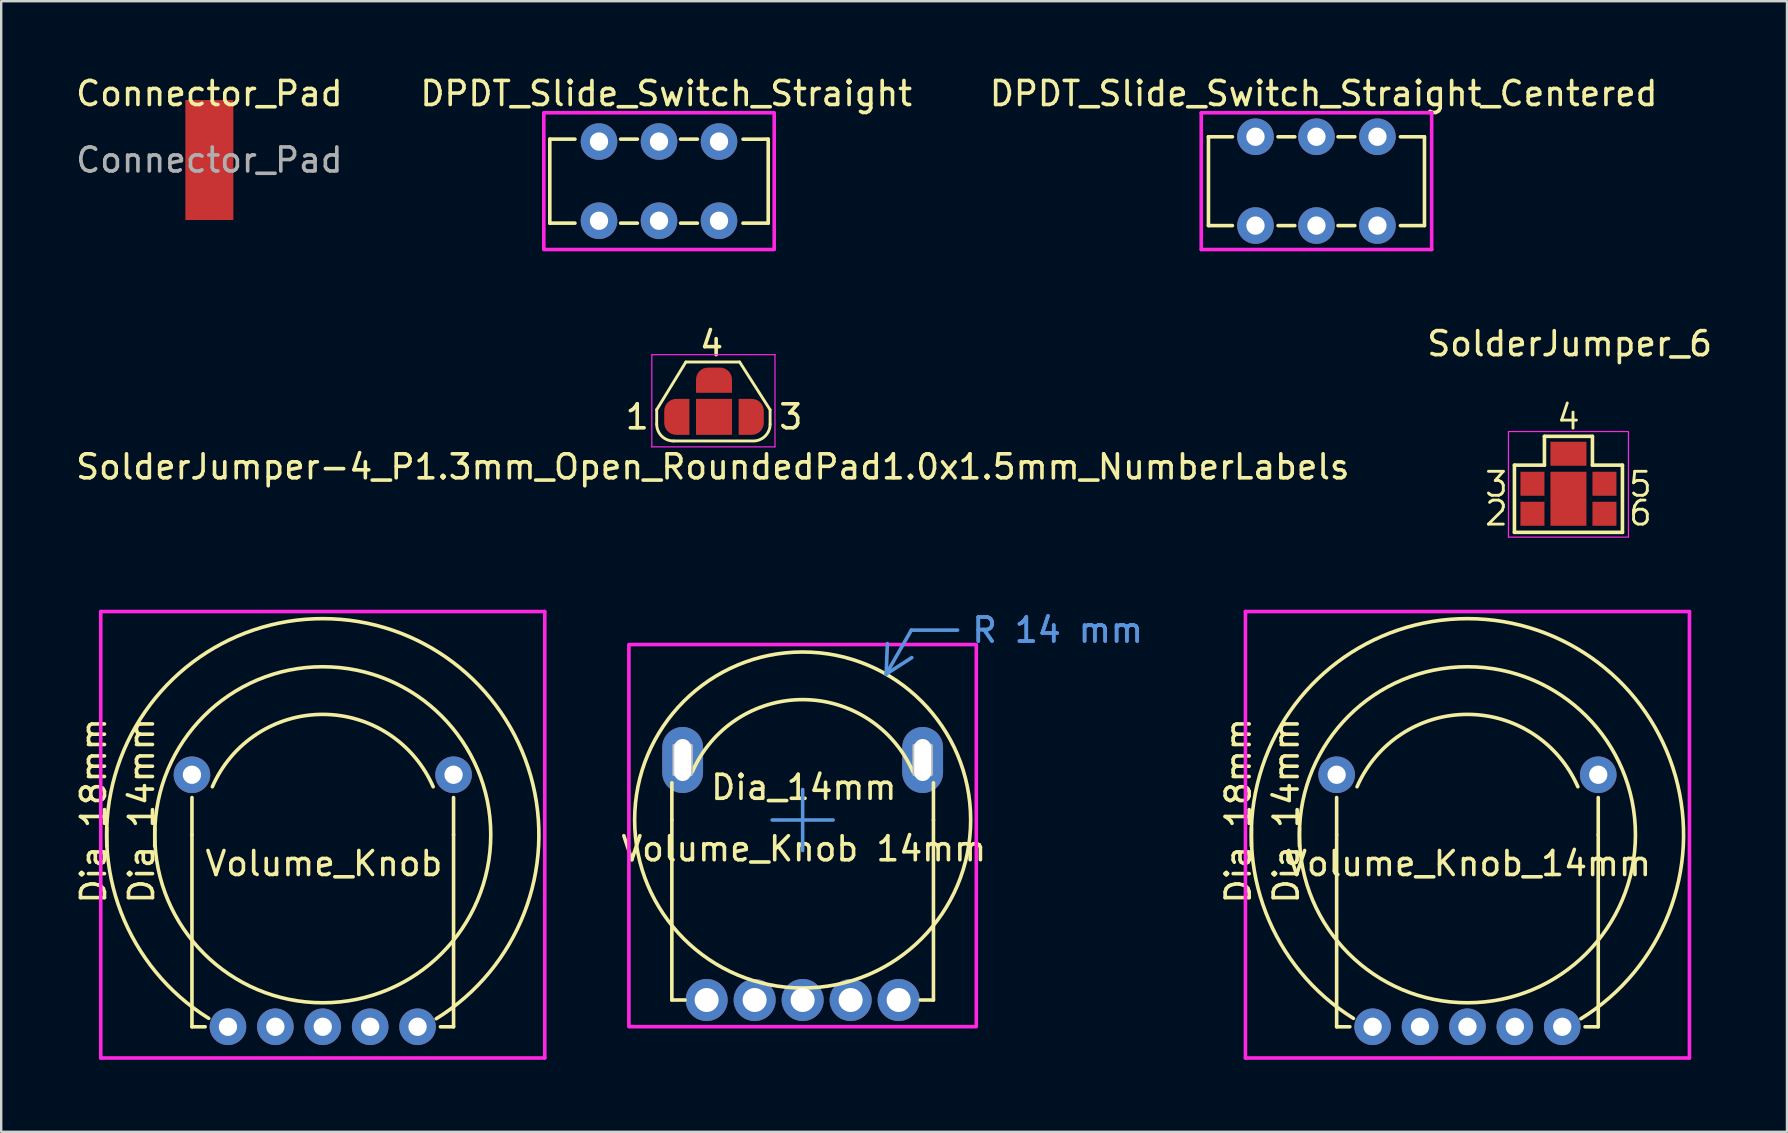
<source format=kicad_pcb>
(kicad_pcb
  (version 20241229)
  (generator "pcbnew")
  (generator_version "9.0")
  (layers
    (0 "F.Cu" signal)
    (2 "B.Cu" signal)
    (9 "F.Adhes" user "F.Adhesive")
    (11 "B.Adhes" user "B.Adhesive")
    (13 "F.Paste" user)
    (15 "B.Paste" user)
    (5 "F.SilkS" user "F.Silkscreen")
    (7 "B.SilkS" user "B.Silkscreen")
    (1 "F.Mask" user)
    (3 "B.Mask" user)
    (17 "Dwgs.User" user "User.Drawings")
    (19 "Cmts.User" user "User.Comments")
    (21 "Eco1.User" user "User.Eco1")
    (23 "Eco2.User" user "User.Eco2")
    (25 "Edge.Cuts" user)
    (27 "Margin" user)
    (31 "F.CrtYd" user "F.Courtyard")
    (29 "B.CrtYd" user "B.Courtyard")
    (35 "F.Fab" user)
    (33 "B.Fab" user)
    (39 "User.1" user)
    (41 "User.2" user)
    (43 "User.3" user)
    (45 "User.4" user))
  (footprint "DPDT_Slide_Switch_Straight_Centered"
    (layer "F.Cu")
    (at 51.801 4.498)
    (property "Reference" "DPDT_Slide_Switch_Straight_Centered" (at 0.3 -3.65 0) (layer "F.SilkS") (effects (font (size 1 1) (thickness 0.15))))
    (attr through_hole)
    (fp_line (start -4.502 -1.849) (end -3.502 -1.849) (stroke (width 0.15) (type solid)) (layer "F.SilkS"))
    (fp_line (start -4.502 1.851) (end -3.502 1.851) (stroke (width 0.15) (type solid)) (layer "F.SilkS"))
    (fp_line (start -4.5 -1.85) (end -4.5 1.85) (stroke (width 0.15) (type solid)) (layer "F.SilkS"))
    (fp_line (start -1.601 1.851) (end -0.901 1.851) (stroke (width 0.15) (type solid)) (layer "F.SilkS"))
    (fp_line (start -0.901 -1.849) (end -1.601 -1.849) (stroke (width 0.15) (type solid)) (layer "F.SilkS"))
    (fp_line (start 0.898 1.851) (end 1.599 1.851) (stroke (width 0.15) (type solid)) (layer "F.SilkS"))
    (fp_line (start 1.599 -1.849) (end 0.898 -1.849) (stroke (width 0.15) (type solid)) (layer "F.SilkS"))
    (fp_line (start 4.498 -1.849) (end 3.498 -1.849) (stroke (width 0.15) (type solid)) (layer "F.SilkS"))
    (fp_line (start 4.498 1.851) (end 3.498 1.851) (stroke (width 0.15) (type solid)) (layer "F.SilkS"))
    (fp_line (start 4.5 1.85) (end 4.5 -1.85) (stroke (width 0.15) (type solid)) (layer "F.SilkS"))
    (fp_line (start -4.8 -2.85) (end -4.8 2.85) (stroke (width 0.15) (type solid)) (layer "F.CrtYd"))
    (fp_line (start -4.8 2.85) (end 4.8 2.85) (stroke (width 0.15) (type solid)) (layer "F.CrtYd"))
    (fp_line (start 4.8 -2.85) (end -4.8 -2.85) (stroke (width 0.15) (type solid)) (layer "F.CrtYd"))
    (fp_line (start 4.8 2.85) (end 4.8 -2.85) (stroke (width 0.15) (type solid)) (layer "F.CrtYd"))
    (pad "1" thru_hole circle (at -2.54 -1.85) (size 1.524 1.524) (drill 0.762) (layers "*.Cu" "*.Mask"))
    (pad "2" thru_hole circle (at 0 -1.85) (size 1.524 1.524) (drill 0.762) (layers "*.Cu" "*.Mask"))
    (pad "3" thru_hole circle (at 2.54 -1.85) (size 1.524 1.524) (drill 0.762) (layers "*.Cu" "*.Mask"))
    (pad "4" thru_hole circle (at -2.54 1.85) (size 1.524 1.524) (drill 0.762) (layers "*.Cu" "*.Mask"))
    (pad "5" thru_hole circle (at 0 1.85) (size 1.524 1.524) (drill 0.762) (layers "*.Cu" "*.Mask"))
    (pad "6" thru_hole circle (at 2.54 1.85) (size 1.524 1.524) (drill 0.762) (layers "*.Cu" "*.Mask")))
  (footprint "DPDT_Slide_Switch_Straight"
    (layer "F.Cu")
    (at 24.408 4.498)
    (property "Reference" "DPDT_Slide_Switch_Straight" (at 0.3 -3.65 0) (layer "F.SilkS") (effects (font (size 1 1) (thickness 0.15))))
    (attr through_hole)
    (fp_line (start -4.55 -1.75) (end -4.55 1.75) (stroke (width 0.15) (type solid)) (layer "F.SilkS"))
    (fp_line (start -4.55 -1.75) (end -3.502 -1.75) (stroke (width 0.15) (type solid)) (layer "F.SilkS"))
    (fp_line (start -4.55 1.75) (end -3.502 1.75) (stroke (width 0.15) (type solid)) (layer "F.SilkS"))
    (fp_line (start -1.601 1.75) (end -0.901 1.75) (stroke (width 0.15) (type solid)) (layer "F.SilkS"))
    (fp_line (start -0.901 -1.75) (end -1.601 -1.75) (stroke (width 0.15) (type solid)) (layer "F.SilkS"))
    (fp_line (start 0.898 1.75) (end 1.599 1.75) (stroke (width 0.15) (type solid)) (layer "F.SilkS"))
    (fp_line (start 1.599 -1.75) (end 0.898 -1.75) (stroke (width 0.15) (type solid)) (layer "F.SilkS"))
    (fp_line (start 4.55 -1.75) (end 3.5 -1.748) (stroke (width 0.15) (type solid)) (layer "F.SilkS"))
    (fp_line (start 4.55 1.75) (end 3.498 1.75) (stroke (width 0.15) (type solid)) (layer "F.SilkS"))
    (fp_line (start 4.55 1.75) (end 4.55 -1.75) (stroke (width 0.15) (type solid)) (layer "F.SilkS"))
    (fp_rect (start -4.8 -2.85) (end 4.8 2.85) (stroke (width 0.15) (type solid)) (fill no) (layer "F.CrtYd"))
    (pad "1" thru_hole circle (at -2.5 -1.65) (size 1.524 1.524) (drill 0.762) (layers "*.Cu" "*.Mask"))
    (pad "2" thru_hole circle (at 0 -1.65) (size 1.524 1.524) (drill 0.762) (layers "*.Cu" "*.Mask"))
    (pad "3" thru_hole circle (at 2.5 -1.65) (size 1.524 1.524) (drill 0.762) (layers "*.Cu" "*.Mask"))
    (pad "4" thru_hole circle (at -2.5 1.65) (size 1.524 1.524) (drill 0.762) (layers "*.Cu" "*.Mask"))
    (pad "5" thru_hole circle (at 0 1.65) (size 1.524 1.524) (drill 0.762) (layers "*.Cu" "*.Mask"))
    (pad "6" thru_hole circle (at 2.5 1.65) (size 1.524 1.524) (drill 0.762) (layers "*.Cu" "*.Mask")))
  (footprint "SolderJumper_6"
    (layer "F.Cu")
    (at 62.3 17.731)
    (property "Reference" "SolderJumper_6" (at 0.051 -6.46 0) (layer "F.SilkS") (effects (font (size 1 1) (thickness 0.15))))
    (attr through_hole)
    (fp_line (start -2.25 -1.4) (end -2.25 1.4) (stroke (width 0.15) (type solid)) (layer "F.SilkS"))
    (fp_line (start -2.25 -1.4) (end -1 -1.4) (stroke (width 0.15) (type solid)) (layer "F.SilkS"))
    (fp_line (start -2.25 1.4) (end 2.25 1.4) (stroke (width 0.15) (type solid)) (layer "F.SilkS"))
    (fp_line (start -1 -1.4) (end -1 -2.6) (stroke (width 0.15) (type solid)) (layer "F.SilkS"))
    (fp_line (start 1 -2.6) (end -1 -2.6) (stroke (width 0.15) (type solid)) (layer "F.SilkS"))
    (fp_line (start 1 -2.6) (end 1 -1.4) (stroke (width 0.15) (type solid)) (layer "F.SilkS"))
    (fp_line (start 1 -1.4) (end 2.25 -1.4) (stroke (width 0.15) (type solid)) (layer "F.SilkS"))
    (fp_line (start 2.25 1.4) (end 2.25 -1.4) (stroke (width 0.15) (type solid)) (layer "F.SilkS"))
    (fp_line (start -2.5 -2.8) (end -2.5 1.6) (stroke (width 0.05) (type solid)) (layer "F.CrtYd"))
    (fp_line (start -2.5 1.6) (end 2.5 1.6) (stroke (width 0.05) (type solid)) (layer "F.CrtYd"))
    (fp_line (start 2.5 -2.8) (end -2.5 -2.8) (stroke (width 0.05) (type solid)) (layer "F.CrtYd"))
    (fp_line (start 2.5 1.6) (end 2.5 -2.8) (stroke (width 0.05) (type solid)) (layer "F.CrtYd"))
    (fp_text user "2" (at -3 0.6 0) (layer "F.SilkS") (effects (font (size 1 1) (thickness 0.12))))
    (fp_text user "6" (at 3 0.6 0) (layer "F.SilkS") (effects (font (size 1 1) (thickness 0.12))))
    (fp_text user "4" (at 0 -3.4 0) (layer "F.SilkS") (effects (font (size 1 1) (thickness 0.12))))
    (fp_text user "3" (at -3 -0.6 0) (layer "F.SilkS") (effects (font (size 1 1) (thickness 0.12))))
    (fp_text user "5" (at 3 -0.6 0) (layer "F.SilkS") (effects (font (size 1 1) (thickness 0.12))))
    (pad "1" smd rect (at 0 0) (size 1.5 2.25) (layers "F.Cu" "F.Mask"))
    (pad "2" smd rect (at -1.5 0.625) (size 1 1) (layers "F.Cu" "F.Mask"))
    (pad "3" smd rect (at -1.5 -0.625) (size 1 1) (layers "F.Cu" "F.Mask"))
    (pad "4" smd rect (at 0 -1.875) (size 1.5 1) (layers "F.Cu" "F.Mask"))
    (pad "5" smd rect (at 1.5 -0.625) (size 1 1) (layers "F.Cu" "F.Mask"))
    (pad "6" smd rect (at 1.5 0.625) (size 1 1) (layers "F.Cu" "F.Mask")))
  (footprint "SolderJumper-4_P1.3mm_Open_RoundedPad1.0x1.5mm_NumberLabels"
    (layer "F.Cu")
    (at 26.7 14.319)
    (property "Reference" "SolderJumper-4_P1.3mm_Open_RoundedPad1.0x1.5mm_NumberLabels" (at -0.051 2.083 0) (layer "F.SilkS") (effects (font (size 1 1) (thickness 0.15))))
    (attr exclude_from_pos_files exclude_from_bom)
    (fp_line (start -2.388 -0.3) (end -1.173 -2.286) (stroke (width 0.12) (type solid)) (layer "F.SilkS"))
    (fp_line (start -2.388 0.3) (end -2.388 -0.3) (stroke (width 0.12) (type solid)) (layer "F.SilkS"))
    (fp_line (start -1.173 -2.286) (end 1.067 -2.286) (stroke (width 0.12) (type solid)) (layer "F.SilkS"))
    (fp_line (start 1.067 -2.286) (end 2.337 -0.295) (stroke (width 0.12) (type solid)) (layer "F.SilkS"))
    (fp_line (start 1.586 1.005) (end -1.688 1.005) (stroke (width 0.12) (type solid)) (layer "F.SilkS"))
    (fp_line (start 2.337 -0.295) (end 2.337 0.305) (stroke (width 0.12) (type solid)) (layer "F.SilkS"))
    (fp_arc (start -1.6876 1.0048) (mid -2.182575 0.799775) (end -2.3876 0.3048) (stroke (width 0.12) (type solid)) (layer "F.SilkS"))
    (fp_arc (start 2.3368 0.3048) (mid 2.131775 0.799775) (end 1.6368 1.0048) (stroke (width 0.12) (type solid)) (layer "F.SilkS"))
    (fp_line (start -2.591 -2.591) (end -2.591 1.25) (stroke (width 0.05) (type solid)) (layer "F.CrtYd"))
    (fp_line (start -2.591 -2.591) (end 2.54 -2.591) (stroke (width 0.05) (type solid)) (layer "F.CrtYd"))
    (fp_line (start 2.54 1.25) (end -2.591 1.25) (stroke (width 0.05) (type solid)) (layer "F.CrtYd"))
    (fp_line (start 2.54 1.25) (end 2.54 -2.591) (stroke (width 0.05) (type solid)) (layer "F.CrtYd"))
    (fp_text user "1" (at -3.2 0 0) (layer "F.SilkS") (effects (font (size 1 1) (thickness 0.15))))
    (fp_text user "4" (at -0.102 -3.048 0) (layer "F.SilkS") (effects (font (size 1 1) (thickness 0.15))))
    (fp_text user "3" (at 3.2 0 0) (layer "F.SilkS") (effects (font (size 1 1) (thickness 0.15))))
    (pad "1" smd custom (at -1.575 0) (size 1 0.5) (layers "F.Cu" "F.Mask") (options (anchor rect)) (primitives (gr_circle (center 0 0.25) (end 0.5 0.25) (width 0) (fill yes)) (gr_circle (center 0 -0.25) (end 0.5 -0.25) (width 0) (fill yes)) (gr_poly (pts (xy 0.55 -0.75) (xy 0 -0.75) (xy 0 0.75) (xy 0.55 0.75)) (width 0) (fill yes))))
    (pad "2" smd rect (at 0 0) (size 1.5 1.5) (layers "F.Cu" "F.Mask"))
    (pad "3" smd custom (at 1.575 0) (size 1 0.5) (layers "F.Cu" "F.Mask") (options (anchor rect)) (primitives (gr_circle (center 0 0.25) (end 0.5 0.25) (width 0) (fill yes)) (gr_circle (center 0 -0.25) (end 0.5 -0.25) (width 0) (fill yes)) (gr_poly (pts (xy -0.55 -0.75) (xy 0 -0.75) (xy 0 0.75) (xy -0.55 0.75)) (width 0) (fill yes))))
    (pad "4" smd custom (at 0 -1.554 270) (size 1 0.5) (layers "F.Cu" "F.Mask") (options (anchor rect)) (primitives (gr_circle (center 0 0.25) (end 0.5 0.25) (width 0) (fill yes)) (gr_circle (center 0 -0.25) (end 0.5 -0.25) (width 0) (fill yes)) (gr_poly (pts (xy 0.55 -0.75) (xy 0 -0.75) (xy 0 0.75) (xy 0.55 0.75)) (width 0) (fill yes)))))
  (footprint "Volume_Knob_14mm"
    (layer "F.Cu")
    (at 52.642 39.731)
    (property "Reference" "Volume_Knob_14mm" (at 5.5 -6.8 0) (layer "F.SilkS") (effects (font (size 1 1) (thickness 0.15))))
    (attr through_hole)
    (fp_line (start 0 -9.55) (end 0 -8) (stroke (width 0.15) (type solid)) (layer "F.SilkS"))
    (fp_line (start 0 -8) (end 0 0) (stroke (width 0.15) (type solid)) (layer "F.SilkS"))
    (fp_line (start 0 0) (end 0.55 0) (stroke (width 0.15) (type solid)) (layer "F.SilkS"))
    (fp_line (start 10.9 -8) (end 10.9 -9.55) (stroke (width 0.15) (type solid)) (layer "F.SilkS"))
    (fp_line (start 10.9 -8) (end 10.9 0) (stroke (width 0.15) (type solid)) (layer "F.SilkS"))
    (fp_line (start 10.9 0) (end 10.35 0) (stroke (width 0.15) (type solid)) (layer "F.SilkS"))
    (fp_arc (start 0.7 -0.35) (mid 5.463637 -17.004711) (end 10.176808 -0.335649) (stroke (width 0.15) (type solid)) (layer "F.SilkS"))
    (fp_arc (start 0.85 -10) (mid 5.449875 -13.015974) (end 10.0499 -10.00023) (stroke (width 0.15) (type solid)) (layer "F.SilkS"))
    (fp_circle (center 5.45 -8) (end 12.45 -8) (stroke (width 0.15) (type solid)) (fill no) (layer "F.SilkS"))
    (fp_line (start -3.8 -17.3) (end -3.8 1.3) (stroke (width 0.15) (type solid)) (layer "F.CrtYd"))
    (fp_line (start -3.8 1.3) (end 14.7 1.3) (stroke (width 0.15) (type solid)) (layer "F.CrtYd"))
    (fp_line (start 14.7 -17.3) (end -3.8 -17.3) (stroke (width 0.15) (type solid)) (layer "F.CrtYd"))
    (fp_line (start 14.7 1.3) (end 14.7 -17.3) (stroke (width 0.15) (type solid)) (layer "F.CrtYd"))
    (fp_text user "Dia_14mm" (at -2.1 -9 90) (layer "F.SilkS") (effects (font (size 1 1) (thickness 0.15))))
    (fp_text user "Dia_18mm" (at -4.1 -9 90) (layer "F.SilkS") (effects (font (size 1 1) (thickness 0.15))))
    (pad "" thru_hole circle (at 0 -10.5) (size 1.524 1.524) (drill 0.762) (layers "*.Cu" "*.Mask"))
    (pad "" thru_hole circle (at 10.9 -10.5) (size 1.524 1.524) (drill 0.762) (layers "*.Cu" "*.Mask"))
    (pad "1" thru_hole circle (at 1.5 0) (size 1.524 1.524) (drill 0.762) (layers "*.Cu" "*.Mask"))
    (pad "2" thru_hole circle (at 3.475 0) (size 1.524 1.524) (drill 0.762) (layers "*.Cu" "*.Mask"))
    (pad "3" thru_hole circle (at 5.45 0) (size 1.524 1.524) (drill 0.762) (layers "*.Cu" "*.Mask"))
    (pad "4" thru_hole circle (at 7.425 0) (size 1.524 1.524) (drill 0.762) (layers "*.Cu" "*.Mask"))
    (pad "5" thru_hole circle (at 9.4 0) (size 1.524 1.524) (drill 0.762) (layers "*.Cu" "*.Mask")))
  (footprint "Volume_Knob 14mm"
    (layer "F.Cu")
    (at 30.393 31.116)
    (property "Reference" "Volume_Knob 14mm" (at 0.05 1.2 0) (layer "F.SilkS") (effects (font (size 1 1) (thickness 0.15))))
    (attr through_hole)
    (fp_line (start -5.45 -1.55) (end -5.45 0) (stroke (width 0.15) (type solid)) (layer "F.SilkS"))
    (fp_line (start -5.45 0) (end -5.45 7.5) (stroke (width 0.15) (type solid)) (layer "F.SilkS"))
    (fp_line (start -5.45 7.5) (end -4.9 7.5) (stroke (width 0.15) (type solid)) (layer "F.SilkS"))
    (fp_line (start 5.45 0) (end 5.45 -1.55) (stroke (width 0.15) (type solid)) (layer "F.SilkS"))
    (fp_line (start 5.45 0) (end 5.45 7.5) (stroke (width 0.15) (type solid)) (layer "F.SilkS"))
    (fp_line (start 5.45 7.5) (end 4.9 7.5) (stroke (width 0.15) (type solid)) (layer "F.SilkS"))
    (fp_arc (start -4.6 -2) (mid -0.000125 -5.015974) (end 4.5999 -2.00023) (stroke (width 0.15) (type solid)) (layer "F.SilkS"))
    (fp_circle (center 0 0) (end 7 0) (stroke (width 0.15) (type solid)) (fill no) (layer "F.SilkS"))
    (fp_rect (start -5.35 -3.1) (end -4.65 -1.9) (stroke (width 0.15) (type default)) (fill no) (layer "Dwgs.User"))
    (fp_rect (start 4.65 -3.1) (end 5.35 -1.9) (stroke (width 0.15) (type default)) (fill no) (layer "Dwgs.User"))
    (fp_rect (start -7.24 -7.31) (end 7.235 8.61) (stroke (width 0.15) (type solid)) (fill no) (layer "F.CrtYd"))
    (fp_text user "Dia_14mm" (at 0.05 -1.36 0) (layer "F.SilkS") (effects (font (size 1 1) (thickness 0.15))))
    (dimension (type radial) (layer "Cmts.User") (pts (xy 30.393 31.116) (xy 33.873 25.036)) (leader_length 2.11) (format (prefix "R ") (suffix "") (units 3) (units_format 1) (precision 4) (override_value "14")) (style (thickness 0.15) (arrow_length 1.27) (text_position_mode 0) (extension_offset 0.5) (keep_text_aligned yes)) (gr_text "R 14 mm" (at 41.021 23.204 0) (layer "Cmts.User") (effects (font (size 1 1) (thickness 0.15)))))
    (pad "" thru_hole oval (at -5 -2.5) (size 1.7 2.75) (drill oval 0.7 1.75) (layers "*.Cu" "*.Mask"))
    (pad "" thru_hole oval (at 5 -2.5) (size 1.7 2.75) (drill oval 0.7 1.75) (layers "*.Cu" "*.Mask"))
    (pad "1" thru_hole circle (at -4 7.5) (size 1.75 1.75) (drill 1) (layers "*.Cu" "*.Mask"))
    (pad "2" thru_hole circle (at -2 7.5) (size 1.75 1.75) (drill 1) (layers "*.Cu" "*.Mask"))
    (pad "3" thru_hole circle (at 0 7.5) (size 1.75 1.75) (drill 1) (layers "*.Cu" "*.Mask"))
    (pad "4" thru_hole circle (at 2 7.5) (size 1.75 1.75) (drill 1) (layers "*.Cu" "*.Mask"))
    (pad "5" thru_hole circle (at 4 7.5) (size 1.75 1.75) (drill 1) (layers "*.Cu" "*.Mask")))
  (footprint "Connector_Pad"
    (layer "F.Cu")
    (at 5.673 3.618)
    (property "Reference" "Connector_Pad" (at 0 -2.77 0) (layer "F.SilkS") (effects (font (size 1 1) (thickness 0.15))))
    (attr through_hole)
    (fp_text user "${REFERENCE}" (at 0 0 0) (layer "F.Fab") (effects (font (size 1 1) (thickness 0.15))))
    (pad "1" connect rect (at 0 0) (size 2 5) (layers "F.Cu" "F.Mask")))
  (footprint "Volume_Knob"
    (layer "F.Cu")
    (at 4.948 39.731)
    (property "Reference" "Volume_Knob" (at 5.5 -6.8 0) (layer "F.SilkS") (effects (font (size 1 1) (thickness 0.15))))
    (attr through_hole)
    (fp_line (start 0 -9.55) (end 0 -8) (stroke (width 0.15) (type solid)) (layer "F.SilkS"))
    (fp_line (start 0 -8) (end 0 0) (stroke (width 0.15) (type solid)) (layer "F.SilkS"))
    (fp_line (start 0 0) (end 0.55 0) (stroke (width 0.15) (type solid)) (layer "F.SilkS"))
    (fp_line (start 10.9 -8) (end 10.9 -9.55) (stroke (width 0.15) (type solid)) (layer "F.SilkS"))
    (fp_line (start 10.9 -8) (end 10.9 0) (stroke (width 0.15) (type solid)) (layer "F.SilkS"))
    (fp_line (start 10.9 0) (end 10.35 0) (stroke (width 0.15) (type solid)) (layer "F.SilkS"))
    (fp_arc (start 0.7 -0.35) (mid 5.463637 -17.004711) (end 10.176808 -0.335649) (stroke (width 0.15) (type solid)) (layer "F.SilkS"))
    (fp_arc (start 0.85 -10) (mid 5.449875 -13.015974) (end 10.0499 -10.00023) (stroke (width 0.15) (type solid)) (layer "F.SilkS"))
    (fp_circle (center 5.45 -8) (end 12.45 -8) (stroke (width 0.15) (type solid)) (fill no) (layer "F.SilkS"))
    (fp_line (start -3.8 -17.3) (end -3.8 1.3) (stroke (width 0.15) (type solid)) (layer "F.CrtYd"))
    (fp_line (start -3.8 1.3) (end 14.7 1.3) (stroke (width 0.15) (type solid)) (layer "F.CrtYd"))
    (fp_line (start 14.7 -17.3) (end -3.8 -17.3) (stroke (width 0.15) (type solid)) (layer "F.CrtYd"))
    (fp_line (start 14.7 1.3) (end 14.7 -17.3) (stroke (width 0.15) (type solid)) (layer "F.CrtYd"))
    (fp_text user "Dia_14mm" (at -2.1 -9 90) (layer "F.SilkS") (effects (font (size 1 1) (thickness 0.15))))
    (fp_text user "Dia_18mm" (at -4.1 -9 90) (layer "F.SilkS") (effects (font (size 1 1) (thickness 0.15))))
    (pad "" thru_hole circle (at 0 -10.5) (size 1.524 1.524) (drill 0.762) (layers "*.Cu" "*.Mask"))
    (pad "" thru_hole circle (at 10.9 -10.5) (size 1.524 1.524) (drill 0.762) (layers "*.Cu" "*.Mask"))
    (pad "1" thru_hole circle (at 1.5 0) (size 1.524 1.524) (drill 0.762) (layers "*.Cu" "*.Mask"))
    (pad "2" thru_hole circle (at 3.475 0) (size 1.524 1.524) (drill 0.762) (layers "*.Cu" "*.Mask"))
    (pad "3" thru_hole circle (at 5.45 0) (size 1.524 1.524) (drill 0.762) (layers "*.Cu" "*.Mask"))
    (pad "4" thru_hole circle (at 7.425 0) (size 1.524 1.524) (drill 0.762) (layers "*.Cu" "*.Mask"))
    (pad "5" thru_hole circle (at 9.4 0) (size 1.524 1.524) (drill 0.762) (layers "*.Cu" "*.Mask")))
  (gr_rect
    (start -3 -3)
    (end 71.405 44.106)
    (stroke (width 0.1) (type default))
    (fill no)
    (layer "Edge.Cuts")))
</source>
